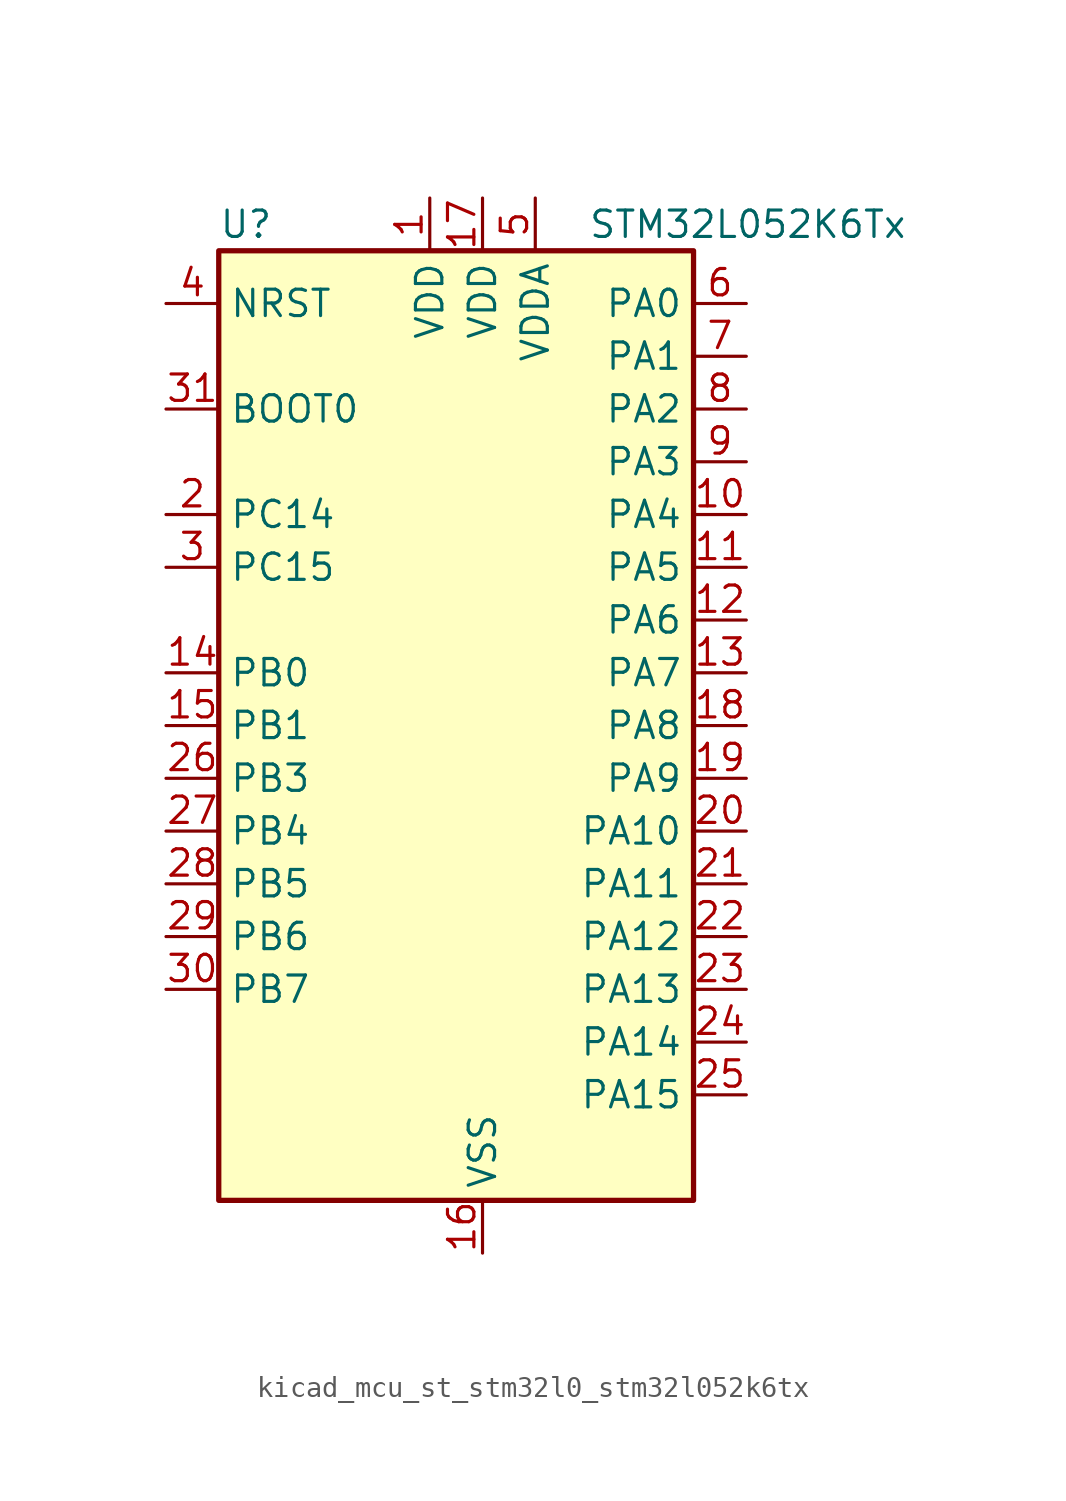
<source format=kicad_sym>
(kicad_symbol_lib
  (version 20220914)
  (generator kicad_symbol_editor)
  (symbol "kicad_mcu_st_stm32l0_stm32l052k6tx"
    (property "Reference" "U"
      (at -10.16 24.13 0)
      (effects (font (size 1.27 1.27)) (justify left)))
    (property "Value" "STM32L052K6Tx"
      (at 7.62 24.13 0)
      (effects (font (size 1.27 1.27)) (justify left)))
    (property "ki_locked" ""
      (at 0 0 0)
      (effects (font (size 1.27 1.27))))
    (symbol "kicad_mcu_st_stm32l0_stm32l052k6tx_0_1"
      (rectangle (start -10.16 -22.86) (end 12.7 22.86) (stroke (width 0.254) (type default)) (fill (type background))))
    (symbol "kicad_mcu_st_stm32l0_stm32l052k6tx_1_1"
      (pin power_in line (at 0 25.4 270) (length 2.54) (name "VDD" (effects (font (size 1.27 1.27)))) (number "1" (effects (font (size 1.27 1.27)))))
      (pin bidirectional line (at 15.24 10.16 180) (length 2.54) (name "PA4" (effects (font (size 1.27 1.27)))) (number "10" (effects (font (size 1.27 1.27)))) (alternate "ADC_IN4" bidirectional line) (alternate "COMP1_INM" bidirectional line) (alternate "COMP2_INM" bidirectional line) (alternate "DAC_OUT1" bidirectional line) (alternate "SPI1_NSS" bidirectional line) (alternate "TIM22_ETR" bidirectional line) (alternate "TSC_G2_IO1" bidirectional line) (alternate "USART2_CK" bidirectional line))
      (pin bidirectional line (at 15.24 7.62 180) (length 2.54) (name "PA5" (effects (font (size 1.27 1.27)))) (number "11" (effects (font (size 1.27 1.27)))) (alternate "ADC_IN5" bidirectional line) (alternate "COMP1_INM" bidirectional line) (alternate "COMP2_INM" bidirectional line) (alternate "SPI1_SCK" bidirectional line) (alternate "TIM2_CH1" bidirectional line) (alternate "TIM2_ETR" bidirectional line) (alternate "TSC_G2_IO2" bidirectional line))
      (pin bidirectional line (at 15.24 5.08 180) (length 2.54) (name "PA6" (effects (font (size 1.27 1.27)))) (number "12" (effects (font (size 1.27 1.27)))) (alternate "ADC_IN6" bidirectional line) (alternate "COMP1_OUT" bidirectional line) (alternate "SPI1_MISO" bidirectional line) (alternate "TIM22_CH1" bidirectional line) (alternate "TSC_G2_IO3" bidirectional line))
      (pin bidirectional line (at 15.24 2.54 180) (length 2.54) (name "PA7" (effects (font (size 1.27 1.27)))) (number "13" (effects (font (size 1.27 1.27)))) (alternate "ADC_IN7" bidirectional line) (alternate "COMP2_OUT" bidirectional line) (alternate "SPI1_MOSI" bidirectional line) (alternate "TIM22_CH2" bidirectional line) (alternate "TSC_G2_IO4" bidirectional line))
      (pin bidirectional line (at -12.7 2.54 0) (length 2.54) (name "PB0" (effects (font (size 1.27 1.27)))) (number "14" (effects (font (size 1.27 1.27)))) (alternate "ADC_IN8" bidirectional line) (alternate "SYS_VREF_OUT_PB0" bidirectional line) (alternate "TSC_G3_IO2" bidirectional line))
      (pin bidirectional line (at -12.7 0 0) (length 2.54) (name "PB1" (effects (font (size 1.27 1.27)))) (number "15" (effects (font (size 1.27 1.27)))) (alternate "ADC_IN9" bidirectional line) (alternate "SYS_VREF_OUT_PB1" bidirectional line) (alternate "TSC_G3_IO3" bidirectional line))
      (pin power_in line (at 2.54 -25.4 90) (length 2.54) (name "VSS" (effects (font (size 1.27 1.27)))) (number "16" (effects (font (size 1.27 1.27)))))
      (pin power_in line (at 2.54 25.4 270) (length 2.54) (name "VDD" (effects (font (size 1.27 1.27)))) (number "17" (effects (font (size 1.27 1.27)))))
      (pin bidirectional line (at 15.24 0 180) (length 2.54) (name "PA8" (effects (font (size 1.27 1.27)))) (number "18" (effects (font (size 1.27 1.27)))) (alternate "CRS_SYNC" bidirectional line) (alternate "RCC_MCO" bidirectional line) (alternate "USART1_CK" bidirectional line))
      (pin bidirectional line (at 15.24 -2.54 180) (length 2.54) (name "PA9" (effects (font (size 1.27 1.27)))) (number "19" (effects (font (size 1.27 1.27)))) (alternate "DAC_EXTI9" bidirectional line) (alternate "RCC_MCO" bidirectional line) (alternate "TSC_G4_IO1" bidirectional line) (alternate "USART1_TX" bidirectional line))
      (pin bidirectional line (at -12.7 10.16 0) (length 2.54) (name "PC14" (effects (font (size 1.27 1.27)))) (number "2" (effects (font (size 1.27 1.27)))) (alternate "RCC_OSC32_IN" bidirectional line))
      (pin bidirectional line (at 15.24 -5.08 180) (length 2.54) (name "PA10" (effects (font (size 1.27 1.27)))) (number "20" (effects (font (size 1.27 1.27)))) (alternate "TSC_G4_IO2" bidirectional line) (alternate "USART1_RX" bidirectional line))
      (pin bidirectional line (at 15.24 -7.62 180) (length 2.54) (name "PA11" (effects (font (size 1.27 1.27)))) (number "21" (effects (font (size 1.27 1.27)))) (alternate "ADC_EXTI11" bidirectional line) (alternate "COMP1_OUT" bidirectional line) (alternate "SPI1_MISO" bidirectional line) (alternate "TSC_G4_IO3" bidirectional line) (alternate "USART1_CTS" bidirectional line) (alternate "USB_DM" bidirectional line))
      (pin bidirectional line (at 15.24 -10.16 180) (length 2.54) (name "PA12" (effects (font (size 1.27 1.27)))) (number "22" (effects (font (size 1.27 1.27)))) (alternate "COMP2_OUT" bidirectional line) (alternate "SPI1_MOSI" bidirectional line) (alternate "TSC_G4_IO4" bidirectional line) (alternate "USART1_DE" bidirectional line) (alternate "USART1_RTS" bidirectional line) (alternate "USB_DP" bidirectional line))
      (pin bidirectional line (at 15.24 -12.7 180) (length 2.54) (name "PA13" (effects (font (size 1.27 1.27)))) (number "23" (effects (font (size 1.27 1.27)))) (alternate "SYS_SWDIO" bidirectional line) (alternate "USB_NOE" bidirectional line))
      (pin bidirectional line (at 15.24 -15.24 180) (length 2.54) (name "PA14" (effects (font (size 1.27 1.27)))) (number "24" (effects (font (size 1.27 1.27)))) (alternate "SYS_SWCLK" bidirectional line) (alternate "USART2_TX" bidirectional line))
      (pin bidirectional line (at 15.24 -17.78 180) (length 2.54) (name "PA15" (effects (font (size 1.27 1.27)))) (number "25" (effects (font (size 1.27 1.27)))) (alternate "SPI1_NSS" bidirectional line) (alternate "TIM2_CH1" bidirectional line) (alternate "TIM2_ETR" bidirectional line) (alternate "USART2_RX" bidirectional line))
      (pin bidirectional line (at -12.7 -2.54 0) (length 2.54) (name "PB3" (effects (font (size 1.27 1.27)))) (number "26" (effects (font (size 1.27 1.27)))) (alternate "COMP2_INM" bidirectional line) (alternate "SPI1_SCK" bidirectional line) (alternate "TIM2_CH2" bidirectional line) (alternate "TSC_G5_IO1" bidirectional line))
      (pin bidirectional line (at -12.7 -5.08 0) (length 2.54) (name "PB4" (effects (font (size 1.27 1.27)))) (number "27" (effects (font (size 1.27 1.27)))) (alternate "COMP2_INP" bidirectional line) (alternate "SPI1_MISO" bidirectional line) (alternate "TIM22_CH1" bidirectional line) (alternate "TSC_G5_IO2" bidirectional line))
      (pin bidirectional line (at -12.7 -7.62 0) (length 2.54) (name "PB5" (effects (font (size 1.27 1.27)))) (number "28" (effects (font (size 1.27 1.27)))) (alternate "COMP2_INP" bidirectional line) (alternate "I2C1_SMBA" bidirectional line) (alternate "LPTIM1_IN1" bidirectional line) (alternate "SPI1_MOSI" bidirectional line) (alternate "TIM22_CH2" bidirectional line))
      (pin bidirectional line (at -12.7 -10.16 0) (length 2.54) (name "PB6" (effects (font (size 1.27 1.27)))) (number "29" (effects (font (size 1.27 1.27)))) (alternate "COMP2_INP" bidirectional line) (alternate "I2C1_SCL" bidirectional line) (alternate "LPTIM1_ETR" bidirectional line) (alternate "TSC_G5_IO3" bidirectional line) (alternate "USART1_TX" bidirectional line))
      (pin bidirectional line (at -12.7 7.62 0) (length 2.54) (name "PC15" (effects (font (size 1.27 1.27)))) (number "3" (effects (font (size 1.27 1.27)))) (alternate "RCC_OSC32_OUT" bidirectional line))
      (pin bidirectional line (at -12.7 -12.7 0) (length 2.54) (name "PB7" (effects (font (size 1.27 1.27)))) (number "30" (effects (font (size 1.27 1.27)))) (alternate "COMP2_INP" bidirectional line) (alternate "I2C1_SDA" bidirectional line) (alternate "LPTIM1_IN2" bidirectional line) (alternate "SYS_PVD_IN" bidirectional line) (alternate "TSC_G5_IO4" bidirectional line) (alternate "USART1_RX" bidirectional line))
      (pin input line (at -12.7 15.24 0) (length 2.54) (name "BOOT0" (effects (font (size 1.27 1.27)))) (number "31" (effects (font (size 1.27 1.27)))))
      (pin passive line (at 2.54 -25.4 90) (length 2.54) hide (name "VSS" (effects (font (size 1.27 1.27)))) (number "32" (effects (font (size 1.27 1.27)))))
      (pin input line (at -12.7 20.32 0) (length 2.54) (name "NRST" (effects (font (size 1.27 1.27)))) (number "4" (effects (font (size 1.27 1.27)))))
      (pin power_in line (at 5.08 25.4 270) (length 2.54) (name "VDDA" (effects (font (size 1.27 1.27)))) (number "5" (effects (font (size 1.27 1.27)))))
      (pin bidirectional line (at 15.24 20.32 180) (length 2.54) (name "PA0" (effects (font (size 1.27 1.27)))) (number "6" (effects (font (size 1.27 1.27)))) (alternate "ADC_IN0" bidirectional line) (alternate "COMP1_INM" bidirectional line) (alternate "COMP1_OUT" bidirectional line) (alternate "RTC_TAMP2" bidirectional line) (alternate "SYS_WKUP1" bidirectional line) (alternate "TIM2_CH1" bidirectional line) (alternate "TIM2_ETR" bidirectional line) (alternate "TSC_G1_IO1" bidirectional line) (alternate "USART2_CTS" bidirectional line))
      (pin bidirectional line (at 15.24 17.78 180) (length 2.54) (name "PA1" (effects (font (size 1.27 1.27)))) (number "7" (effects (font (size 1.27 1.27)))) (alternate "ADC_IN1" bidirectional line) (alternate "COMP1_INP" bidirectional line) (alternate "TIM21_ETR" bidirectional line) (alternate "TIM2_CH2" bidirectional line) (alternate "TSC_G1_IO2" bidirectional line) (alternate "USART2_DE" bidirectional line) (alternate "USART2_RTS" bidirectional line))
      (pin bidirectional line (at 15.24 15.24 180) (length 2.54) (name "PA2" (effects (font (size 1.27 1.27)))) (number "8" (effects (font (size 1.27 1.27)))) (alternate "ADC_IN2" bidirectional line) (alternate "COMP2_INM" bidirectional line) (alternate "COMP2_OUT" bidirectional line) (alternate "TIM21_CH1" bidirectional line) (alternate "TIM2_CH3" bidirectional line) (alternate "TSC_G1_IO3" bidirectional line) (alternate "USART2_TX" bidirectional line))
      (pin bidirectional line (at 15.24 12.7 180) (length 2.54) (name "PA3" (effects (font (size 1.27 1.27)))) (number "9" (effects (font (size 1.27 1.27)))) (alternate "ADC_IN3" bidirectional line) (alternate "COMP2_INP" bidirectional line) (alternate "TIM21_CH2" bidirectional line) (alternate "TIM2_CH4" bidirectional line) (alternate "TSC_G1_IO4" bidirectional line) (alternate "USART2_RX" bidirectional line)))))
</source>
